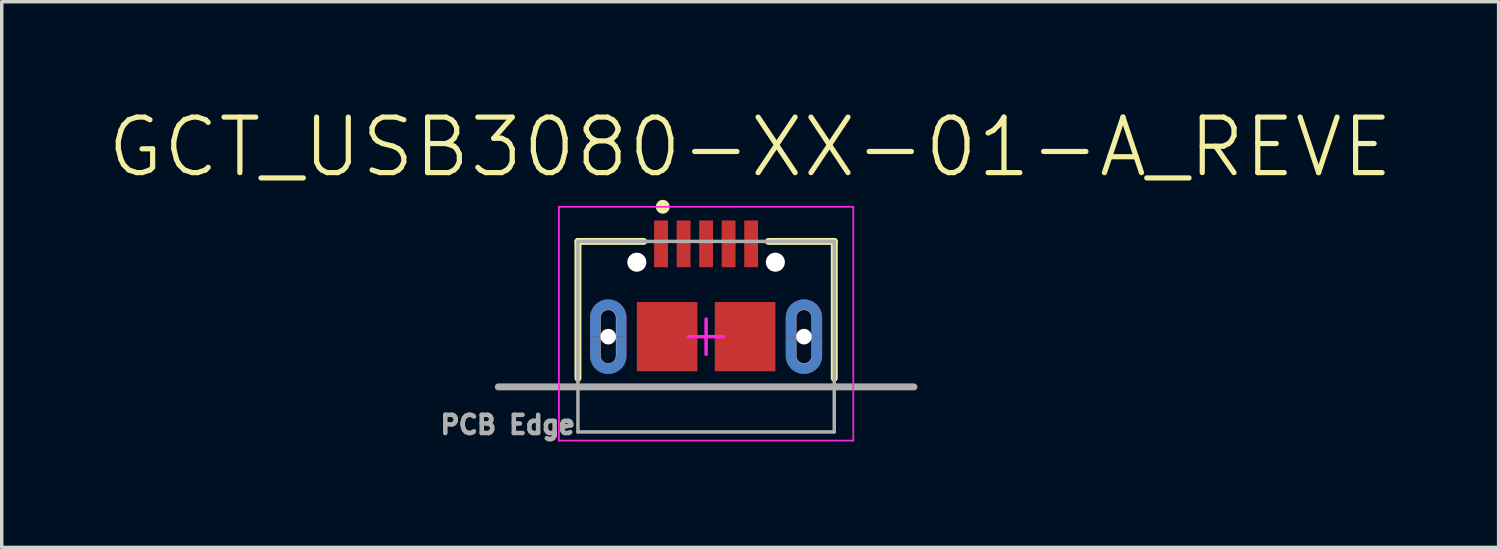
<source format=kicad_pcb>
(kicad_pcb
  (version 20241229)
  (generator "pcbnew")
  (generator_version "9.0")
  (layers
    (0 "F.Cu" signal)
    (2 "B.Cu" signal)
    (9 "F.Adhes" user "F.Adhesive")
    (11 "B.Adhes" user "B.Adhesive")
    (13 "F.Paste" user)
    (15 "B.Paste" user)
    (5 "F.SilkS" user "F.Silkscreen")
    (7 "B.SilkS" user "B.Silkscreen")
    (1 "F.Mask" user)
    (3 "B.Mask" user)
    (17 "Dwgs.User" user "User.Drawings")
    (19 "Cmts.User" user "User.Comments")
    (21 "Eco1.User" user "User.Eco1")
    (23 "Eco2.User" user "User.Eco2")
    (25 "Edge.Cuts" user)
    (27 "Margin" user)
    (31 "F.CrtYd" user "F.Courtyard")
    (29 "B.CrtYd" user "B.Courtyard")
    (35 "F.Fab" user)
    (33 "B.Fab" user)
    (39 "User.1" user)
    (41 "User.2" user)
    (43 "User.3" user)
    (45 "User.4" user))
  (footprint "GCT_USB3080-XX-01-A_REVE"
    (layer "F.Cu")
    (at 17.336 6.67)
    (property "Reference" "GCT_USB3080-XX-01-A_REVE" (at 1.272 -5.47 0) (layer "F.SilkS") (effects (font (size 1.603 1.603) (thickness 0.15))))
    (attr smd)
    (fp_poly (pts (xy -2.6 0) (xy -2.6 0.55) (xy -2.6 0.562) (xy -2.601 0.574) (xy -2.603 0.585) (xy -2.605 0.597) (xy -2.608 0.608) (xy -2.611 0.62) (xy -2.615 0.631) (xy -2.619 0.642) (xy -2.625 0.652) (xy -2.63 0.663) (xy -2.636 0.673) (xy -2.643 0.682) (xy -2.65 0.692) (xy -2.658 0.701) (xy -2.666 0.709) (xy -2.674 0.717) (xy -2.683 0.725) (xy -2.693 0.732) (xy -2.702 0.739) (xy -2.713 0.745) (xy -2.723 0.75) (xy -2.733 0.756) (xy -2.744 0.76) (xy -2.755 0.764) (xy -2.767 0.767) (xy -2.778 0.77) (xy -2.79 0.772) (xy -2.801 0.774) (xy -2.813 0.775) (xy -2.825 0.775) (xy -2.837 0.775) (xy -2.849 0.774) (xy -2.86 0.772) (xy -2.872 0.77) (xy -2.883 0.767) (xy -2.895 0.764) (xy -2.906 0.76) (xy -2.917 0.756) (xy -2.927 0.75) (xy -2.938 0.745) (xy -2.948 0.739) (xy -2.957 0.732) (xy -2.967 0.725) (xy -2.976 0.717) (xy -2.984 0.709) (xy -2.992 0.701) (xy -3 0.692) (xy -3.007 0.682) (xy -3.014 0.673) (xy -3.02 0.663) (xy -3.025 0.652) (xy -3.031 0.642) (xy -3.035 0.631) (xy -3.039 0.62) (xy -3.042 0.608) (xy -3.045 0.597) (xy -3.047 0.585) (xy -3.049 0.574) (xy -3.05 0.562) (xy -3.05 0.55) (xy -3.05 0) (xy -3.35 0) (xy -3.35 0.55) (xy -3.349 0.577) (xy -3.347 0.605) (xy -3.344 0.632) (xy -3.339 0.659) (xy -3.332 0.686) (xy -3.324 0.712) (xy -3.315 0.738) (xy -3.305 0.764) (xy -3.293 0.788) (xy -3.28 0.813) (xy -3.265 0.836) (xy -3.25 0.859) (xy -3.233 0.88) (xy -3.215 0.901) (xy -3.196 0.921) (xy -3.176 0.94) (xy -3.155 0.958) (xy -3.134 0.975) (xy -3.111 0.99) (xy -3.088 1.005) (xy -3.063 1.018) (xy -3.039 1.03) (xy -3.013 1.04) (xy -2.987 1.049) (xy -2.961 1.057) (xy -2.934 1.064) (xy -2.907 1.069) (xy -2.88 1.072) (xy -2.852 1.074) (xy -2.825 1.075) (xy -2.798 1.074) (xy -2.77 1.072) (xy -2.743 1.069) (xy -2.716 1.064) (xy -2.689 1.057) (xy -2.663 1.049) (xy -2.637 1.04) (xy -2.611 1.03) (xy -2.587 1.018) (xy -2.562 1.005) (xy -2.539 0.99) (xy -2.516 0.975) (xy -2.495 0.958) (xy -2.474 0.94) (xy -2.454 0.921) (xy -2.435 0.901) (xy -2.417 0.88) (xy -2.4 0.859) (xy -2.385 0.836) (xy -2.37 0.812) (xy -2.357 0.788) (xy -2.345 0.764) (xy -2.335 0.738) (xy -2.326 0.712) (xy -2.318 0.686) (xy -2.311 0.659) (xy -2.306 0.632) (xy -2.303 0.605) (xy -2.301 0.577) (xy -2.3 0.55) (xy -2.3 0) (xy -2.6 0)) (stroke (width 0.001) (type solid)) (fill yes) (layer "F.Cu"))
    (fp_poly (pts (xy 3.05 0) (xy 3.05 0.55) (xy 3.05 0.562) (xy 3.049 0.574) (xy 3.047 0.585) (xy 3.045 0.597) (xy 3.042 0.608) (xy 3.039 0.62) (xy 3.035 0.631) (xy 3.031 0.642) (xy 3.025 0.652) (xy 3.02 0.663) (xy 3.014 0.673) (xy 3.007 0.682) (xy 3 0.692) (xy 2.992 0.701) (xy 2.984 0.709) (xy 2.976 0.717) (xy 2.967 0.725) (xy 2.957 0.732) (xy 2.948 0.739) (xy 2.938 0.745) (xy 2.927 0.75) (xy 2.917 0.756) (xy 2.906 0.76) (xy 2.895 0.764) (xy 2.883 0.767) (xy 2.872 0.77) (xy 2.86 0.772) (xy 2.849 0.774) (xy 2.837 0.775) (xy 2.825 0.775) (xy 2.813 0.775) (xy 2.801 0.774) (xy 2.79 0.772) (xy 2.778 0.77) (xy 2.767 0.767) (xy 2.755 0.764) (xy 2.744 0.76) (xy 2.733 0.756) (xy 2.723 0.75) (xy 2.712 0.745) (xy 2.702 0.739) (xy 2.693 0.732) (xy 2.683 0.725) (xy 2.674 0.717) (xy 2.666 0.709) (xy 2.658 0.701) (xy 2.65 0.692) (xy 2.643 0.682) (xy 2.636 0.673) (xy 2.63 0.663) (xy 2.625 0.652) (xy 2.619 0.642) (xy 2.615 0.631) (xy 2.611 0.62) (xy 2.608 0.608) (xy 2.605 0.597) (xy 2.603 0.585) (xy 2.601 0.574) (xy 2.6 0.562) (xy 2.6 0.55) (xy 2.6 0) (xy 2.3 0) (xy 2.3 0.55) (xy 2.301 0.577) (xy 2.303 0.605) (xy 2.306 0.632) (xy 2.311 0.659) (xy 2.318 0.686) (xy 2.326 0.712) (xy 2.335 0.738) (xy 2.345 0.764) (xy 2.357 0.788) (xy 2.37 0.812) (xy 2.385 0.836) (xy 2.4 0.859) (xy 2.417 0.88) (xy 2.435 0.901) (xy 2.454 0.921) (xy 2.474 0.94) (xy 2.495 0.958) (xy 2.516 0.975) (xy 2.539 0.99) (xy 2.563 1.005) (xy 2.587 1.018) (xy 2.611 1.03) (xy 2.637 1.04) (xy 2.663 1.049) (xy 2.689 1.057) (xy 2.716 1.064) (xy 2.743 1.069) (xy 2.77 1.072) (xy 2.798 1.074) (xy 2.825 1.075) (xy 2.852 1.074) (xy 2.88 1.072) (xy 2.907 1.069) (xy 2.934 1.064) (xy 2.961 1.057) (xy 2.987 1.049) (xy 3.013 1.04) (xy 3.039 1.03) (xy 3.063 1.018) (xy 3.088 1.005) (xy 3.111 0.99) (xy 3.134 0.975) (xy 3.155 0.958) (xy 3.176 0.94) (xy 3.196 0.921) (xy 3.215 0.901) (xy 3.233 0.88) (xy 3.25 0.859) (xy 3.265 0.836) (xy 3.28 0.813) (xy 3.293 0.788) (xy 3.305 0.764) (xy 3.315 0.738) (xy 3.324 0.712) (xy 3.332 0.686) (xy 3.339 0.659) (xy 3.344 0.632) (xy 3.347 0.605) (xy 3.349 0.577) (xy 3.35 0.55) (xy 3.35 0) (xy 3.05 0)) (stroke (width 0.001) (type solid)) (fill yes) (layer "F.Cu"))
    (fp_poly (pts (xy -3.552 -1.3) (xy -2.1 -1.3) (xy -2.1 1.301) (xy -3.552 1.301)) (stroke (width 0.01) (type solid)) (fill yes) (layer "F.Mask"))
    (fp_poly (pts (xy 2.104 -1.3) (xy 3.55 -1.3) (xy 3.55 1.302) (xy 2.104 1.302)) (stroke (width 0.01) (type solid)) (fill yes) (layer "F.Mask"))
    (fp_poly (pts (xy -3.05 0) (xy -3.05 -0.55) (xy -3.05 -0.562) (xy -3.049 -0.574) (xy -3.047 -0.585) (xy -3.045 -0.597) (xy -3.042 -0.608) (xy -3.039 -0.62) (xy -3.035 -0.631) (xy -3.031 -0.642) (xy -3.025 -0.652) (xy -3.02 -0.663) (xy -3.014 -0.673) (xy -3.007 -0.682) (xy -3 -0.692) (xy -2.992 -0.701) (xy -2.984 -0.709) (xy -2.976 -0.717) (xy -2.967 -0.725) (xy -2.957 -0.732) (xy -2.948 -0.739) (xy -2.938 -0.745) (xy -2.927 -0.75) (xy -2.917 -0.756) (xy -2.906 -0.76) (xy -2.895 -0.764) (xy -2.883 -0.767) (xy -2.872 -0.77) (xy -2.86 -0.772) (xy -2.849 -0.774) (xy -2.837 -0.775) (xy -2.825 -0.775) (xy -2.813 -0.775) (xy -2.801 -0.774) (xy -2.79 -0.772) (xy -2.778 -0.77) (xy -2.767 -0.767) (xy -2.755 -0.764) (xy -2.744 -0.76) (xy -2.733 -0.756) (xy -2.723 -0.75) (xy -2.713 -0.745) (xy -2.702 -0.739) (xy -2.693 -0.732) (xy -2.683 -0.725) (xy -2.674 -0.717) (xy -2.666 -0.709) (xy -2.658 -0.701) (xy -2.65 -0.692) (xy -2.643 -0.682) (xy -2.636 -0.673) (xy -2.63 -0.663) (xy -2.625 -0.652) (xy -2.619 -0.642) (xy -2.615 -0.631) (xy -2.611 -0.62) (xy -2.608 -0.608) (xy -2.605 -0.597) (xy -2.603 -0.585) (xy -2.601 -0.574) (xy -2.6 -0.562) (xy -2.6 -0.55) (xy -2.6 0) (xy -2.3 0) (xy -2.3 -0.55) (xy -2.301 -0.577) (xy -2.303 -0.605) (xy -2.306 -0.632) (xy -2.311 -0.659) (xy -2.318 -0.686) (xy -2.326 -0.712) (xy -2.335 -0.738) (xy -2.345 -0.764) (xy -2.357 -0.788) (xy -2.37 -0.812) (xy -2.385 -0.836) (xy -2.4 -0.859) (xy -2.417 -0.88) (xy -2.435 -0.901) (xy -2.454 -0.921) (xy -2.474 -0.94) (xy -2.495 -0.958) (xy -2.516 -0.975) (xy -2.539 -0.99) (xy -2.562 -1.005) (xy -2.587 -1.018) (xy -2.611 -1.03) (xy -2.637 -1.04) (xy -2.663 -1.049) (xy -2.689 -1.057) (xy -2.716 -1.064) (xy -2.743 -1.069) (xy -2.77 -1.072) (xy -2.798 -1.074) (xy -2.825 -1.075) (xy -2.852 -1.074) (xy -2.88 -1.072) (xy -2.907 -1.069) (xy -2.934 -1.064) (xy -2.961 -1.057) (xy -2.987 -1.049) (xy -3.013 -1.04) (xy -3.039 -1.03) (xy -3.063 -1.018) (xy -3.087 -1.005) (xy -3.111 -0.99) (xy -3.134 -0.975) (xy -3.155 -0.958) (xy -3.176 -0.94) (xy -3.196 -0.921) (xy -3.215 -0.901) (xy -3.233 -0.88) (xy -3.25 -0.859) (xy -3.265 -0.836) (xy -3.28 -0.813) (xy -3.293 -0.788) (xy -3.305 -0.764) (xy -3.315 -0.738) (xy -3.324 -0.712) (xy -3.332 -0.686) (xy -3.339 -0.659) (xy -3.344 -0.632) (xy -3.347 -0.605) (xy -3.349 -0.577) (xy -3.35 -0.55) (xy -3.35 0) (xy -3.05 0)) (stroke (width 0.001) (type solid)) (fill yes) (layer "B.Cu"))
    (fp_poly (pts (xy -2.6 0) (xy -2.6 0.55) (xy -2.6 0.562) (xy -2.601 0.574) (xy -2.603 0.585) (xy -2.605 0.597) (xy -2.608 0.608) (xy -2.611 0.62) (xy -2.615 0.631) (xy -2.619 0.642) (xy -2.625 0.652) (xy -2.63 0.663) (xy -2.636 0.673) (xy -2.643 0.682) (xy -2.65 0.692) (xy -2.658 0.701) (xy -2.666 0.709) (xy -2.674 0.717) (xy -2.683 0.725) (xy -2.693 0.732) (xy -2.702 0.739) (xy -2.713 0.745) (xy -2.723 0.75) (xy -2.733 0.756) (xy -2.744 0.76) (xy -2.755 0.764) (xy -2.767 0.767) (xy -2.778 0.77) (xy -2.79 0.772) (xy -2.801 0.774) (xy -2.813 0.775) (xy -2.825 0.775) (xy -2.837 0.775) (xy -2.849 0.774) (xy -2.86 0.772) (xy -2.872 0.77) (xy -2.883 0.767) (xy -2.895 0.764) (xy -2.906 0.76) (xy -2.917 0.756) (xy -2.927 0.75) (xy -2.938 0.745) (xy -2.948 0.739) (xy -2.957 0.732) (xy -2.967 0.725) (xy -2.976 0.717) (xy -2.984 0.709) (xy -2.992 0.701) (xy -3 0.692) (xy -3.007 0.682) (xy -3.014 0.673) (xy -3.02 0.663) (xy -3.025 0.652) (xy -3.031 0.642) (xy -3.035 0.631) (xy -3.039 0.62) (xy -3.042 0.608) (xy -3.045 0.597) (xy -3.047 0.585) (xy -3.049 0.574) (xy -3.05 0.562) (xy -3.05 0.55) (xy -3.05 0) (xy -3.35 0) (xy -3.35 0.55) (xy -3.349 0.577) (xy -3.347 0.605) (xy -3.344 0.632) (xy -3.339 0.659) (xy -3.332 0.686) (xy -3.324 0.712) (xy -3.315 0.738) (xy -3.305 0.764) (xy -3.293 0.788) (xy -3.28 0.813) (xy -3.265 0.836) (xy -3.25 0.859) (xy -3.233 0.88) (xy -3.215 0.901) (xy -3.196 0.921) (xy -3.176 0.94) (xy -3.155 0.958) (xy -3.134 0.975) (xy -3.111 0.99) (xy -3.088 1.005) (xy -3.063 1.018) (xy -3.039 1.03) (xy -3.013 1.04) (xy -2.987 1.049) (xy -2.961 1.057) (xy -2.934 1.064) (xy -2.907 1.069) (xy -2.88 1.072) (xy -2.852 1.074) (xy -2.825 1.075) (xy -2.798 1.074) (xy -2.77 1.072) (xy -2.743 1.069) (xy -2.716 1.064) (xy -2.689 1.057) (xy -2.663 1.049) (xy -2.637 1.04) (xy -2.611 1.03) (xy -2.587 1.018) (xy -2.562 1.005) (xy -2.539 0.99) (xy -2.516 0.975) (xy -2.495 0.958) (xy -2.474 0.94) (xy -2.454 0.921) (xy -2.435 0.901) (xy -2.417 0.88) (xy -2.4 0.859) (xy -2.385 0.836) (xy -2.37 0.812) (xy -2.357 0.788) (xy -2.345 0.764) (xy -2.335 0.738) (xy -2.326 0.712) (xy -2.318 0.686) (xy -2.311 0.659) (xy -2.306 0.632) (xy -2.303 0.605) (xy -2.301 0.577) (xy -2.3 0.55) (xy -2.3 0) (xy -2.6 0)) (stroke (width 0.001) (type solid)) (fill yes) (layer "B.Cu"))
    (fp_poly (pts (xy 2.6 0) (xy 2.6 -0.55) (xy 2.6 -0.562) (xy 2.601 -0.574) (xy 2.603 -0.585) (xy 2.605 -0.597) (xy 2.608 -0.608) (xy 2.611 -0.62) (xy 2.615 -0.631) (xy 2.619 -0.642) (xy 2.625 -0.652) (xy 2.63 -0.663) (xy 2.636 -0.673) (xy 2.643 -0.682) (xy 2.65 -0.692) (xy 2.658 -0.701) (xy 2.666 -0.709) (xy 2.674 -0.717) (xy 2.683 -0.725) (xy 2.693 -0.732) (xy 2.702 -0.739) (xy 2.713 -0.745) (xy 2.723 -0.75) (xy 2.733 -0.756) (xy 2.744 -0.76) (xy 2.755 -0.764) (xy 2.767 -0.767) (xy 2.778 -0.77) (xy 2.79 -0.772) (xy 2.801 -0.774) (xy 2.813 -0.775) (xy 2.825 -0.775) (xy 2.837 -0.775) (xy 2.849 -0.774) (xy 2.86 -0.772) (xy 2.872 -0.77) (xy 2.883 -0.767) (xy 2.895 -0.764) (xy 2.906 -0.76) (xy 2.917 -0.756) (xy 2.927 -0.75) (xy 2.938 -0.745) (xy 2.948 -0.739) (xy 2.957 -0.732) (xy 2.967 -0.725) (xy 2.976 -0.717) (xy 2.984 -0.709) (xy 2.992 -0.701) (xy 3 -0.692) (xy 3.007 -0.682) (xy 3.014 -0.673) (xy 3.02 -0.663) (xy 3.025 -0.652) (xy 3.031 -0.642) (xy 3.035 -0.631) (xy 3.039 -0.62) (xy 3.042 -0.608) (xy 3.045 -0.597) (xy 3.047 -0.585) (xy 3.049 -0.574) (xy 3.05 -0.562) (xy 3.05 -0.55) (xy 3.05 0) (xy 3.35 0) (xy 3.35 -0.55) (xy 3.349 -0.577) (xy 3.347 -0.605) (xy 3.344 -0.632) (xy 3.339 -0.659) (xy 3.332 -0.686) (xy 3.324 -0.712) (xy 3.315 -0.738) (xy 3.305 -0.764) (xy 3.293 -0.788) (xy 3.28 -0.813) (xy 3.265 -0.836) (xy 3.25 -0.859) (xy 3.233 -0.88) (xy 3.215 -0.901) (xy 3.196 -0.921) (xy 3.176 -0.94) (xy 3.155 -0.958) (xy 3.134 -0.975) (xy 3.111 -0.99) (xy 3.088 -1.005) (xy 3.063 -1.018) (xy 3.039 -1.03) (xy 3.013 -1.04) (xy 2.987 -1.049) (xy 2.961 -1.057) (xy 2.934 -1.064) (xy 2.907 -1.069) (xy 2.88 -1.072) (xy 2.852 -1.074) (xy 2.825 -1.075) (xy 2.798 -1.074) (xy 2.77 -1.072) (xy 2.743 -1.069) (xy 2.716 -1.064) (xy 2.689 -1.057) (xy 2.663 -1.049) (xy 2.637 -1.04) (xy 2.611 -1.03) (xy 2.587 -1.018) (xy 2.563 -1.005) (xy 2.539 -0.99) (xy 2.516 -0.975) (xy 2.495 -0.958) (xy 2.474 -0.94) (xy 2.454 -0.921) (xy 2.435 -0.901) (xy 2.417 -0.88) (xy 2.4 -0.859) (xy 2.385 -0.836) (xy 2.37 -0.812) (xy 2.357 -0.788) (xy 2.345 -0.764) (xy 2.335 -0.738) (xy 2.326 -0.712) (xy 2.318 -0.686) (xy 2.311 -0.659) (xy 2.306 -0.632) (xy 2.303 -0.605) (xy 2.301 -0.577) (xy 2.3 -0.55) (xy 2.3 0) (xy 2.6 0)) (stroke (width 0.001) (type solid)) (fill yes) (layer "B.Cu"))
    (fp_poly (pts (xy 3.05 0) (xy 3.05 0.55) (xy 3.05 0.562) (xy 3.049 0.574) (xy 3.047 0.585) (xy 3.045 0.597) (xy 3.042 0.608) (xy 3.039 0.62) (xy 3.035 0.631) (xy 3.031 0.642) (xy 3.025 0.652) (xy 3.02 0.663) (xy 3.014 0.673) (xy 3.007 0.682) (xy 3 0.692) (xy 2.992 0.701) (xy 2.984 0.709) (xy 2.976 0.717) (xy 2.967 0.725) (xy 2.957 0.732) (xy 2.948 0.739) (xy 2.938 0.745) (xy 2.927 0.75) (xy 2.917 0.756) (xy 2.906 0.76) (xy 2.895 0.764) (xy 2.883 0.767) (xy 2.872 0.77) (xy 2.86 0.772) (xy 2.849 0.774) (xy 2.837 0.775) (xy 2.825 0.775) (xy 2.813 0.775) (xy 2.801 0.774) (xy 2.79 0.772) (xy 2.778 0.77) (xy 2.767 0.767) (xy 2.755 0.764) (xy 2.744 0.76) (xy 2.733 0.756) (xy 2.723 0.75) (xy 2.712 0.745) (xy 2.702 0.739) (xy 2.693 0.732) (xy 2.683 0.725) (xy 2.674 0.717) (xy 2.666 0.709) (xy 2.658 0.701) (xy 2.65 0.692) (xy 2.643 0.682) (xy 2.636 0.673) (xy 2.63 0.663) (xy 2.625 0.652) (xy 2.619 0.642) (xy 2.615 0.631) (xy 2.611 0.62) (xy 2.608 0.608) (xy 2.605 0.597) (xy 2.603 0.585) (xy 2.601 0.574) (xy 2.6 0.562) (xy 2.6 0.55) (xy 2.6 0) (xy 2.3 0) (xy 2.3 0.55) (xy 2.301 0.577) (xy 2.303 0.605) (xy 2.306 0.632) (xy 2.311 0.659) (xy 2.318 0.686) (xy 2.326 0.712) (xy 2.335 0.738) (xy 2.345 0.764) (xy 2.357 0.788) (xy 2.37 0.812) (xy 2.385 0.836) (xy 2.4 0.859) (xy 2.417 0.88) (xy 2.435 0.901) (xy 2.454 0.921) (xy 2.474 0.94) (xy 2.495 0.958) (xy 2.516 0.975) (xy 2.539 0.99) (xy 2.563 1.005) (xy 2.587 1.018) (xy 2.611 1.03) (xy 2.637 1.04) (xy 2.663 1.049) (xy 2.689 1.057) (xy 2.716 1.064) (xy 2.743 1.069) (xy 2.77 1.072) (xy 2.798 1.074) (xy 2.825 1.075) (xy 2.852 1.074) (xy 2.88 1.072) (xy 2.907 1.069) (xy 2.934 1.064) (xy 2.961 1.057) (xy 2.987 1.049) (xy 3.013 1.04) (xy 3.039 1.03) (xy 3.063 1.018) (xy 3.088 1.005) (xy 3.111 0.99) (xy 3.134 0.975) (xy 3.155 0.958) (xy 3.176 0.94) (xy 3.196 0.921) (xy 3.215 0.901) (xy 3.233 0.88) (xy 3.25 0.859) (xy 3.265 0.836) (xy 3.28 0.813) (xy 3.293 0.788) (xy 3.305 0.764) (xy 3.315 0.738) (xy 3.324 0.712) (xy 3.332 0.686) (xy 3.339 0.659) (xy 3.344 0.632) (xy 3.347 0.605) (xy 3.349 0.577) (xy 3.35 0.55) (xy 3.35 0) (xy 3.05 0)) (stroke (width 0.001) (type solid)) (fill yes) (layer "B.Cu"))
    (fp_poly (pts (xy -3.557 -1.3) (xy -2.1 -1.3) (xy -2.1 1.303) (xy -3.557 1.303)) (stroke (width 0.01) (type solid)) (fill yes) (layer "B.Mask"))
    (fp_poly (pts (xy 2.1 -1.3) (xy 3.55 -1.3) (xy 3.55 1.3) (xy 2.1 1.3)) (stroke (width 0.01) (type solid)) (fill yes) (layer "B.Mask"))
    (fp_line (start -3.7 -2.75) (end -1.8 -2.75) (stroke (width 0.2) (type solid)) (layer "F.SilkS"))
    (fp_line (start -3.7 1.2) (end -3.7 -2.75) (stroke (width 0.2) (type solid)) (layer "F.SilkS"))
    (fp_line (start 1.8 -2.75) (end 3.7 -2.75) (stroke (width 0.2) (type solid)) (layer "F.SilkS"))
    (fp_line (start 3.7 1.2) (end 3.7 -2.75) (stroke (width 0.2) (type solid)) (layer "F.SilkS"))
    (fp_circle (center -1.25 -3.75) (end -1.148 -3.75) (stroke (width 0.2) (type solid)) (fill no) (layer "F.SilkS"))
    (fp_poly (pts (xy -3.05 0) (xy -3.05 -0.55) (xy -3.05 -0.562) (xy -3.049 -0.574) (xy -3.047 -0.585) (xy -3.045 -0.597) (xy -3.042 -0.608) (xy -3.039 -0.62) (xy -3.035 -0.631) (xy -3.031 -0.642) (xy -3.025 -0.652) (xy -3.02 -0.663) (xy -3.014 -0.673) (xy -3.007 -0.682) (xy -3 -0.692) (xy -2.992 -0.701) (xy -2.984 -0.709) (xy -2.976 -0.717) (xy -2.967 -0.725) (xy -2.957 -0.732) (xy -2.948 -0.739) (xy -2.938 -0.745) (xy -2.927 -0.75) (xy -2.917 -0.756) (xy -2.906 -0.76) (xy -2.895 -0.764) (xy -2.883 -0.767) (xy -2.872 -0.77) (xy -2.86 -0.772) (xy -2.849 -0.774) (xy -2.837 -0.775) (xy -2.825 -0.775) (xy -2.813 -0.775) (xy -2.801 -0.774) (xy -2.79 -0.772) (xy -2.778 -0.77) (xy -2.767 -0.767) (xy -2.755 -0.764) (xy -2.744 -0.76) (xy -2.733 -0.756) (xy -2.723 -0.75) (xy -2.713 -0.745) (xy -2.702 -0.739) (xy -2.693 -0.732) (xy -2.683 -0.725) (xy -2.674 -0.717) (xy -2.666 -0.709) (xy -2.658 -0.701) (xy -2.65 -0.692) (xy -2.643 -0.682) (xy -2.636 -0.673) (xy -2.63 -0.663) (xy -2.625 -0.652) (xy -2.619 -0.642) (xy -2.615 -0.631) (xy -2.611 -0.62) (xy -2.608 -0.608) (xy -2.605 -0.597) (xy -2.603 -0.585) (xy -2.601 -0.574) (xy -2.6 -0.562) (xy -2.6 -0.55) (xy -2.6 0) (xy -2.3 0) (xy -2.3 -0.55) (xy -2.301 -0.577) (xy -2.303 -0.605) (xy -2.306 -0.632) (xy -2.311 -0.659) (xy -2.318 -0.686) (xy -2.326 -0.712) (xy -2.335 -0.738) (xy -2.345 -0.764) (xy -2.357 -0.788) (xy -2.37 -0.812) (xy -2.385 -0.836) (xy -2.4 -0.859) (xy -2.417 -0.88) (xy -2.435 -0.901) (xy -2.454 -0.921) (xy -2.474 -0.94) (xy -2.495 -0.958) (xy -2.516 -0.975) (xy -2.539 -0.99) (xy -2.562 -1.005) (xy -2.587 -1.018) (xy -2.611 -1.03) (xy -2.637 -1.04) (xy -2.663 -1.049) (xy -2.689 -1.057) (xy -2.716 -1.064) (xy -2.743 -1.069) (xy -2.77 -1.072) (xy -2.798 -1.074) (xy -2.825 -1.075) (xy -2.852 -1.074) (xy -2.88 -1.072) (xy -2.907 -1.069) (xy -2.934 -1.064) (xy -2.961 -1.057) (xy -2.987 -1.049) (xy -3.013 -1.04) (xy -3.039 -1.03) (xy -3.063 -1.018) (xy -3.087 -1.005) (xy -3.111 -0.99) (xy -3.134 -0.975) (xy -3.155 -0.958) (xy -3.176 -0.94) (xy -3.196 -0.921) (xy -3.215 -0.901) (xy -3.233 -0.88) (xy -3.25 -0.859) (xy -3.265 -0.836) (xy -3.28 -0.813) (xy -3.293 -0.788) (xy -3.305 -0.764) (xy -3.315 -0.738) (xy -3.324 -0.712) (xy -3.332 -0.686) (xy -3.339 -0.659) (xy -3.344 -0.632) (xy -3.347 -0.605) (xy -3.349 -0.577) (xy -3.35 -0.55) (xy -3.35 0) (xy -3.05 0)) (stroke (width 0.001) (type solid)) (fill yes) (layer "F.Paste"))
    (fp_poly (pts (xy -2.6 0) (xy -2.6 0.55) (xy -2.6 0.562) (xy -2.601 0.574) (xy -2.603 0.585) (xy -2.605 0.597) (xy -2.608 0.608) (xy -2.611 0.62) (xy -2.615 0.631) (xy -2.619 0.642) (xy -2.625 0.652) (xy -2.63 0.663) (xy -2.636 0.673) (xy -2.643 0.682) (xy -2.65 0.692) (xy -2.658 0.701) (xy -2.666 0.709) (xy -2.674 0.717) (xy -2.683 0.725) (xy -2.693 0.732) (xy -2.702 0.739) (xy -2.713 0.745) (xy -2.723 0.75) (xy -2.733 0.756) (xy -2.744 0.76) (xy -2.755 0.764) (xy -2.767 0.767) (xy -2.778 0.77) (xy -2.79 0.772) (xy -2.801 0.774) (xy -2.813 0.775) (xy -2.825 0.775) (xy -2.837 0.775) (xy -2.849 0.774) (xy -2.86 0.772) (xy -2.872 0.77) (xy -2.883 0.767) (xy -2.895 0.764) (xy -2.906 0.76) (xy -2.917 0.756) (xy -2.927 0.75) (xy -2.938 0.745) (xy -2.948 0.739) (xy -2.957 0.732) (xy -2.967 0.725) (xy -2.976 0.717) (xy -2.984 0.709) (xy -2.992 0.701) (xy -3 0.692) (xy -3.007 0.682) (xy -3.014 0.673) (xy -3.02 0.663) (xy -3.025 0.652) (xy -3.031 0.642) (xy -3.035 0.631) (xy -3.039 0.62) (xy -3.042 0.608) (xy -3.045 0.597) (xy -3.047 0.585) (xy -3.049 0.574) (xy -3.05 0.562) (xy -3.05 0.55) (xy -3.05 0) (xy -3.35 0) (xy -3.35 0.55) (xy -3.349 0.577) (xy -3.347 0.605) (xy -3.344 0.632) (xy -3.339 0.659) (xy -3.332 0.686) (xy -3.324 0.712) (xy -3.315 0.738) (xy -3.305 0.764) (xy -3.293 0.788) (xy -3.28 0.813) (xy -3.265 0.836) (xy -3.25 0.859) (xy -3.233 0.88) (xy -3.215 0.901) (xy -3.196 0.921) (xy -3.176 0.94) (xy -3.155 0.958) (xy -3.134 0.975) (xy -3.111 0.99) (xy -3.088 1.005) (xy -3.063 1.018) (xy -3.039 1.03) (xy -3.013 1.04) (xy -2.987 1.049) (xy -2.961 1.057) (xy -2.934 1.064) (xy -2.907 1.069) (xy -2.88 1.072) (xy -2.852 1.074) (xy -2.825 1.075) (xy -2.798 1.074) (xy -2.77 1.072) (xy -2.743 1.069) (xy -2.716 1.064) (xy -2.689 1.057) (xy -2.663 1.049) (xy -2.637 1.04) (xy -2.611 1.03) (xy -2.587 1.018) (xy -2.562 1.005) (xy -2.539 0.99) (xy -2.516 0.975) (xy -2.495 0.958) (xy -2.474 0.94) (xy -2.454 0.921) (xy -2.435 0.901) (xy -2.417 0.88) (xy -2.4 0.859) (xy -2.385 0.836) (xy -2.37 0.812) (xy -2.357 0.788) (xy -2.345 0.764) (xy -2.335 0.738) (xy -2.326 0.712) (xy -2.318 0.686) (xy -2.311 0.659) (xy -2.306 0.632) (xy -2.303 0.605) (xy -2.301 0.577) (xy -2.3 0.55) (xy -2.3 0) (xy -2.6 0)) (stroke (width 0.001) (type solid)) (fill yes) (layer "F.Paste"))
    (fp_poly (pts (xy 2.6 0) (xy 2.6 -0.55) (xy 2.6 -0.562) (xy 2.601 -0.574) (xy 2.603 -0.585) (xy 2.605 -0.597) (xy 2.608 -0.608) (xy 2.611 -0.62) (xy 2.615 -0.631) (xy 2.619 -0.642) (xy 2.625 -0.652) (xy 2.63 -0.663) (xy 2.636 -0.673) (xy 2.643 -0.682) (xy 2.65 -0.692) (xy 2.658 -0.701) (xy 2.666 -0.709) (xy 2.674 -0.717) (xy 2.683 -0.725) (xy 2.693 -0.732) (xy 2.702 -0.739) (xy 2.713 -0.745) (xy 2.723 -0.75) (xy 2.733 -0.756) (xy 2.744 -0.76) (xy 2.755 -0.764) (xy 2.767 -0.767) (xy 2.778 -0.77) (xy 2.79 -0.772) (xy 2.801 -0.774) (xy 2.813 -0.775) (xy 2.825 -0.775) (xy 2.837 -0.775) (xy 2.849 -0.774) (xy 2.86 -0.772) (xy 2.872 -0.77) (xy 2.883 -0.767) (xy 2.895 -0.764) (xy 2.906 -0.76) (xy 2.917 -0.756) (xy 2.927 -0.75) (xy 2.938 -0.745) (xy 2.948 -0.739) (xy 2.957 -0.732) (xy 2.967 -0.725) (xy 2.976 -0.717) (xy 2.984 -0.709) (xy 2.992 -0.701) (xy 3 -0.692) (xy 3.007 -0.682) (xy 3.014 -0.673) (xy 3.02 -0.663) (xy 3.025 -0.652) (xy 3.031 -0.642) (xy 3.035 -0.631) (xy 3.039 -0.62) (xy 3.042 -0.608) (xy 3.045 -0.597) (xy 3.047 -0.585) (xy 3.049 -0.574) (xy 3.05 -0.562) (xy 3.05 -0.55) (xy 3.05 0) (xy 3.35 0) (xy 3.35 -0.55) (xy 3.349 -0.577) (xy 3.347 -0.605) (xy 3.344 -0.632) (xy 3.339 -0.659) (xy 3.332 -0.686) (xy 3.324 -0.712) (xy 3.315 -0.738) (xy 3.305 -0.764) (xy 3.293 -0.788) (xy 3.28 -0.813) (xy 3.265 -0.836) (xy 3.25 -0.859) (xy 3.233 -0.88) (xy 3.215 -0.901) (xy 3.196 -0.921) (xy 3.176 -0.94) (xy 3.155 -0.958) (xy 3.134 -0.975) (xy 3.111 -0.99) (xy 3.088 -1.005) (xy 3.063 -1.018) (xy 3.039 -1.03) (xy 3.013 -1.04) (xy 2.987 -1.049) (xy 2.961 -1.057) (xy 2.934 -1.064) (xy 2.907 -1.069) (xy 2.88 -1.072) (xy 2.852 -1.074) (xy 2.825 -1.075) (xy 2.798 -1.074) (xy 2.77 -1.072) (xy 2.743 -1.069) (xy 2.716 -1.064) (xy 2.689 -1.057) (xy 2.663 -1.049) (xy 2.637 -1.04) (xy 2.611 -1.03) (xy 2.587 -1.018) (xy 2.563 -1.005) (xy 2.539 -0.99) (xy 2.516 -0.975) (xy 2.495 -0.958) (xy 2.474 -0.94) (xy 2.454 -0.921) (xy 2.435 -0.901) (xy 2.417 -0.88) (xy 2.4 -0.859) (xy 2.385 -0.836) (xy 2.37 -0.812) (xy 2.357 -0.788) (xy 2.345 -0.764) (xy 2.335 -0.738) (xy 2.326 -0.712) (xy 2.318 -0.686) (xy 2.311 -0.659) (xy 2.306 -0.632) (xy 2.303 -0.605) (xy 2.301 -0.577) (xy 2.3 -0.55) (xy 2.3 0) (xy 2.6 0)) (stroke (width 0.001) (type solid)) (fill yes) (layer "F.Paste"))
    (fp_poly (pts (xy 3.05 0) (xy 3.05 0.55) (xy 3.05 0.562) (xy 3.049 0.574) (xy 3.047 0.585) (xy 3.045 0.597) (xy 3.042 0.608) (xy 3.039 0.62) (xy 3.035 0.631) (xy 3.031 0.642) (xy 3.025 0.652) (xy 3.02 0.663) (xy 3.014 0.673) (xy 3.007 0.682) (xy 3 0.692) (xy 2.992 0.701) (xy 2.984 0.709) (xy 2.976 0.717) (xy 2.967 0.725) (xy 2.957 0.732) (xy 2.948 0.739) (xy 2.938 0.745) (xy 2.927 0.75) (xy 2.917 0.756) (xy 2.906 0.76) (xy 2.895 0.764) (xy 2.883 0.767) (xy 2.872 0.77) (xy 2.86 0.772) (xy 2.849 0.774) (xy 2.837 0.775) (xy 2.825 0.775) (xy 2.813 0.775) (xy 2.801 0.774) (xy 2.79 0.772) (xy 2.778 0.77) (xy 2.767 0.767) (xy 2.755 0.764) (xy 2.744 0.76) (xy 2.733 0.756) (xy 2.723 0.75) (xy 2.712 0.745) (xy 2.702 0.739) (xy 2.693 0.732) (xy 2.683 0.725) (xy 2.674 0.717) (xy 2.666 0.709) (xy 2.658 0.701) (xy 2.65 0.692) (xy 2.643 0.682) (xy 2.636 0.673) (xy 2.63 0.663) (xy 2.625 0.652) (xy 2.619 0.642) (xy 2.615 0.631) (xy 2.611 0.62) (xy 2.608 0.608) (xy 2.605 0.597) (xy 2.603 0.585) (xy 2.601 0.574) (xy 2.6 0.562) (xy 2.6 0.55) (xy 2.6 0) (xy 2.3 0) (xy 2.3 0.55) (xy 2.301 0.577) (xy 2.303 0.605) (xy 2.306 0.632) (xy 2.311 0.659) (xy 2.318 0.686) (xy 2.326 0.712) (xy 2.335 0.738) (xy 2.345 0.764) (xy 2.357 0.788) (xy 2.37 0.812) (xy 2.385 0.836) (xy 2.4 0.859) (xy 2.417 0.88) (xy 2.435 0.901) (xy 2.454 0.921) (xy 2.474 0.94) (xy 2.495 0.958) (xy 2.516 0.975) (xy 2.539 0.99) (xy 2.563 1.005) (xy 2.587 1.018) (xy 2.611 1.03) (xy 2.637 1.04) (xy 2.663 1.049) (xy 2.689 1.057) (xy 2.716 1.064) (xy 2.743 1.069) (xy 2.77 1.072) (xy 2.798 1.074) (xy 2.825 1.075) (xy 2.852 1.074) (xy 2.88 1.072) (xy 2.907 1.069) (xy 2.934 1.064) (xy 2.961 1.057) (xy 2.987 1.049) (xy 3.013 1.04) (xy 3.039 1.03) (xy 3.063 1.018) (xy 3.088 1.005) (xy 3.111 0.99) (xy 3.134 0.975) (xy 3.155 0.958) (xy 3.176 0.94) (xy 3.196 0.921) (xy 3.215 0.901) (xy 3.233 0.88) (xy 3.25 0.859) (xy 3.265 0.836) (xy 3.28 0.813) (xy 3.293 0.788) (xy 3.305 0.764) (xy 3.315 0.738) (xy 3.324 0.712) (xy 3.332 0.686) (xy 3.339 0.659) (xy 3.344 0.632) (xy 3.347 0.605) (xy 3.349 0.577) (xy 3.35 0.55) (xy 3.35 0) (xy 3.05 0)) (stroke (width 0.001) (type solid)) (fill yes) (layer "F.Paste"))
    (fp_poly (pts (xy -3.05 0) (xy -3.05 -0.55) (xy -3.05 -0.562) (xy -3.049 -0.574) (xy -3.047 -0.585) (xy -3.045 -0.597) (xy -3.042 -0.608) (xy -3.039 -0.62) (xy -3.035 -0.631) (xy -3.031 -0.642) (xy -3.025 -0.652) (xy -3.02 -0.663) (xy -3.014 -0.673) (xy -3.007 -0.682) (xy -3 -0.692) (xy -2.992 -0.701) (xy -2.984 -0.709) (xy -2.976 -0.717) (xy -2.967 -0.725) (xy -2.957 -0.732) (xy -2.948 -0.739) (xy -2.938 -0.745) (xy -2.927 -0.75) (xy -2.917 -0.756) (xy -2.906 -0.76) (xy -2.895 -0.764) (xy -2.883 -0.767) (xy -2.872 -0.77) (xy -2.86 -0.772) (xy -2.849 -0.774) (xy -2.837 -0.775) (xy -2.825 -0.775) (xy -2.813 -0.775) (xy -2.801 -0.774) (xy -2.79 -0.772) (xy -2.778 -0.77) (xy -2.767 -0.767) (xy -2.755 -0.764) (xy -2.744 -0.76) (xy -2.733 -0.756) (xy -2.723 -0.75) (xy -2.713 -0.745) (xy -2.702 -0.739) (xy -2.693 -0.732) (xy -2.683 -0.725) (xy -2.674 -0.717) (xy -2.666 -0.709) (xy -2.658 -0.701) (xy -2.65 -0.692) (xy -2.643 -0.682) (xy -2.636 -0.673) (xy -2.63 -0.663) (xy -2.625 -0.652) (xy -2.619 -0.642) (xy -2.615 -0.631) (xy -2.611 -0.62) (xy -2.608 -0.608) (xy -2.605 -0.597) (xy -2.603 -0.585) (xy -2.601 -0.574) (xy -2.6 -0.562) (xy -2.6 -0.55) (xy -2.6 0) (xy -2.3 0) (xy -2.3 -0.55) (xy -2.301 -0.577) (xy -2.303 -0.605) (xy -2.306 -0.632) (xy -2.311 -0.659) (xy -2.318 -0.686) (xy -2.326 -0.712) (xy -2.335 -0.738) (xy -2.345 -0.764) (xy -2.357 -0.788) (xy -2.37 -0.812) (xy -2.385 -0.836) (xy -2.4 -0.859) (xy -2.417 -0.88) (xy -2.435 -0.901) (xy -2.454 -0.921) (xy -2.474 -0.94) (xy -2.495 -0.958) (xy -2.516 -0.975) (xy -2.539 -0.99) (xy -2.562 -1.005) (xy -2.587 -1.018) (xy -2.611 -1.03) (xy -2.637 -1.04) (xy -2.663 -1.049) (xy -2.689 -1.057) (xy -2.716 -1.064) (xy -2.743 -1.069) (xy -2.77 -1.072) (xy -2.798 -1.074) (xy -2.825 -1.075) (xy -2.852 -1.074) (xy -2.88 -1.072) (xy -2.907 -1.069) (xy -2.934 -1.064) (xy -2.961 -1.057) (xy -2.987 -1.049) (xy -3.013 -1.04) (xy -3.039 -1.03) (xy -3.063 -1.018) (xy -3.087 -1.005) (xy -3.111 -0.99) (xy -3.134 -0.975) (xy -3.155 -0.958) (xy -3.176 -0.94) (xy -3.196 -0.921) (xy -3.215 -0.901) (xy -3.233 -0.88) (xy -3.25 -0.859) (xy -3.265 -0.836) (xy -3.28 -0.813) (xy -3.293 -0.788) (xy -3.305 -0.764) (xy -3.315 -0.738) (xy -3.324 -0.712) (xy -3.332 -0.686) (xy -3.339 -0.659) (xy -3.344 -0.632) (xy -3.347 -0.605) (xy -3.349 -0.577) (xy -3.35 -0.55) (xy -3.35 0) (xy -3.05 0)) (stroke (width 0.001) (type solid)) (fill yes) (layer "B.Paste"))
    (fp_poly (pts (xy -2.6 0) (xy -2.6 0.55) (xy -2.6 0.562) (xy -2.601 0.574) (xy -2.603 0.585) (xy -2.605 0.597) (xy -2.608 0.608) (xy -2.611 0.62) (xy -2.615 0.631) (xy -2.619 0.642) (xy -2.625 0.652) (xy -2.63 0.663) (xy -2.636 0.673) (xy -2.643 0.682) (xy -2.65 0.692) (xy -2.658 0.701) (xy -2.666 0.709) (xy -2.674 0.717) (xy -2.683 0.725) (xy -2.693 0.732) (xy -2.702 0.739) (xy -2.713 0.745) (xy -2.723 0.75) (xy -2.733 0.756) (xy -2.744 0.76) (xy -2.755 0.764) (xy -2.767 0.767) (xy -2.778 0.77) (xy -2.79 0.772) (xy -2.801 0.774) (xy -2.813 0.775) (xy -2.825 0.775) (xy -2.837 0.775) (xy -2.849 0.774) (xy -2.86 0.772) (xy -2.872 0.77) (xy -2.883 0.767) (xy -2.895 0.764) (xy -2.906 0.76) (xy -2.917 0.756) (xy -2.927 0.75) (xy -2.938 0.745) (xy -2.948 0.739) (xy -2.957 0.732) (xy -2.967 0.725) (xy -2.976 0.717) (xy -2.984 0.709) (xy -2.992 0.701) (xy -3 0.692) (xy -3.007 0.682) (xy -3.014 0.673) (xy -3.02 0.663) (xy -3.025 0.652) (xy -3.031 0.642) (xy -3.035 0.631) (xy -3.039 0.62) (xy -3.042 0.608) (xy -3.045 0.597) (xy -3.047 0.585) (xy -3.049 0.574) (xy -3.05 0.562) (xy -3.05 0.55) (xy -3.05 0) (xy -3.35 0) (xy -3.35 0.55) (xy -3.349 0.577) (xy -3.347 0.605) (xy -3.344 0.632) (xy -3.339 0.659) (xy -3.332 0.686) (xy -3.324 0.712) (xy -3.315 0.738) (xy -3.305 0.764) (xy -3.293 0.788) (xy -3.28 0.813) (xy -3.265 0.836) (xy -3.25 0.859) (xy -3.233 0.88) (xy -3.215 0.901) (xy -3.196 0.921) (xy -3.176 0.94) (xy -3.155 0.958) (xy -3.134 0.975) (xy -3.111 0.99) (xy -3.088 1.005) (xy -3.063 1.018) (xy -3.039 1.03) (xy -3.013 1.04) (xy -2.987 1.049) (xy -2.961 1.057) (xy -2.934 1.064) (xy -2.907 1.069) (xy -2.88 1.072) (xy -2.852 1.074) (xy -2.825 1.075) (xy -2.798 1.074) (xy -2.77 1.072) (xy -2.743 1.069) (xy -2.716 1.064) (xy -2.689 1.057) (xy -2.663 1.049) (xy -2.637 1.04) (xy -2.611 1.03) (xy -2.587 1.018) (xy -2.562 1.005) (xy -2.539 0.99) (xy -2.516 0.975) (xy -2.495 0.958) (xy -2.474 0.94) (xy -2.454 0.921) (xy -2.435 0.901) (xy -2.417 0.88) (xy -2.4 0.859) (xy -2.385 0.836) (xy -2.37 0.812) (xy -2.357 0.788) (xy -2.345 0.764) (xy -2.335 0.738) (xy -2.326 0.712) (xy -2.318 0.686) (xy -2.311 0.659) (xy -2.306 0.632) (xy -2.303 0.605) (xy -2.301 0.577) (xy -2.3 0.55) (xy -2.3 0) (xy -2.6 0)) (stroke (width 0.001) (type solid)) (fill yes) (layer "B.Paste"))
    (fp_poly (pts (xy 2.6 0) (xy 2.6 -0.55) (xy 2.6 -0.562) (xy 2.601 -0.574) (xy 2.603 -0.585) (xy 2.605 -0.597) (xy 2.608 -0.608) (xy 2.611 -0.62) (xy 2.615 -0.631) (xy 2.619 -0.642) (xy 2.625 -0.652) (xy 2.63 -0.663) (xy 2.636 -0.673) (xy 2.643 -0.682) (xy 2.65 -0.692) (xy 2.658 -0.701) (xy 2.666 -0.709) (xy 2.674 -0.717) (xy 2.683 -0.725) (xy 2.693 -0.732) (xy 2.702 -0.739) (xy 2.713 -0.745) (xy 2.723 -0.75) (xy 2.733 -0.756) (xy 2.744 -0.76) (xy 2.755 -0.764) (xy 2.767 -0.767) (xy 2.778 -0.77) (xy 2.79 -0.772) (xy 2.801 -0.774) (xy 2.813 -0.775) (xy 2.825 -0.775) (xy 2.837 -0.775) (xy 2.849 -0.774) (xy 2.86 -0.772) (xy 2.872 -0.77) (xy 2.883 -0.767) (xy 2.895 -0.764) (xy 2.906 -0.76) (xy 2.917 -0.756) (xy 2.927 -0.75) (xy 2.938 -0.745) (xy 2.948 -0.739) (xy 2.957 -0.732) (xy 2.967 -0.725) (xy 2.976 -0.717) (xy 2.984 -0.709) (xy 2.992 -0.701) (xy 3 -0.692) (xy 3.007 -0.682) (xy 3.014 -0.673) (xy 3.02 -0.663) (xy 3.025 -0.652) (xy 3.031 -0.642) (xy 3.035 -0.631) (xy 3.039 -0.62) (xy 3.042 -0.608) (xy 3.045 -0.597) (xy 3.047 -0.585) (xy 3.049 -0.574) (xy 3.05 -0.562) (xy 3.05 -0.55) (xy 3.05 0) (xy 3.35 0) (xy 3.35 -0.55) (xy 3.349 -0.577) (xy 3.347 -0.605) (xy 3.344 -0.632) (xy 3.339 -0.659) (xy 3.332 -0.686) (xy 3.324 -0.712) (xy 3.315 -0.738) (xy 3.305 -0.764) (xy 3.293 -0.788) (xy 3.28 -0.813) (xy 3.265 -0.836) (xy 3.25 -0.859) (xy 3.233 -0.88) (xy 3.215 -0.901) (xy 3.196 -0.921) (xy 3.176 -0.94) (xy 3.155 -0.958) (xy 3.134 -0.975) (xy 3.111 -0.99) (xy 3.088 -1.005) (xy 3.063 -1.018) (xy 3.039 -1.03) (xy 3.013 -1.04) (xy 2.987 -1.049) (xy 2.961 -1.057) (xy 2.934 -1.064) (xy 2.907 -1.069) (xy 2.88 -1.072) (xy 2.852 -1.074) (xy 2.825 -1.075) (xy 2.798 -1.074) (xy 2.77 -1.072) (xy 2.743 -1.069) (xy 2.716 -1.064) (xy 2.689 -1.057) (xy 2.663 -1.049) (xy 2.637 -1.04) (xy 2.611 -1.03) (xy 2.587 -1.018) (xy 2.563 -1.005) (xy 2.539 -0.99) (xy 2.516 -0.975) (xy 2.495 -0.958) (xy 2.474 -0.94) (xy 2.454 -0.921) (xy 2.435 -0.901) (xy 2.417 -0.88) (xy 2.4 -0.859) (xy 2.385 -0.836) (xy 2.37 -0.812) (xy 2.357 -0.788) (xy 2.345 -0.764) (xy 2.335 -0.738) (xy 2.326 -0.712) (xy 2.318 -0.686) (xy 2.311 -0.659) (xy 2.306 -0.632) (xy 2.303 -0.605) (xy 2.301 -0.577) (xy 2.3 -0.55) (xy 2.3 0) (xy 2.6 0)) (stroke (width 0.001) (type solid)) (fill yes) (layer "B.Paste"))
    (fp_poly (pts (xy 3.05 0) (xy 3.05 0.55) (xy 3.05 0.562) (xy 3.049 0.574) (xy 3.047 0.585) (xy 3.045 0.597) (xy 3.042 0.608) (xy 3.039 0.62) (xy 3.035 0.631) (xy 3.031 0.642) (xy 3.025 0.652) (xy 3.02 0.663) (xy 3.014 0.673) (xy 3.007 0.682) (xy 3 0.692) (xy 2.992 0.701) (xy 2.984 0.709) (xy 2.976 0.717) (xy 2.967 0.725) (xy 2.957 0.732) (xy 2.948 0.739) (xy 2.938 0.745) (xy 2.927 0.75) (xy 2.917 0.756) (xy 2.906 0.76) (xy 2.895 0.764) (xy 2.883 0.767) (xy 2.872 0.77) (xy 2.86 0.772) (xy 2.849 0.774) (xy 2.837 0.775) (xy 2.825 0.775) (xy 2.813 0.775) (xy 2.801 0.774) (xy 2.79 0.772) (xy 2.778 0.77) (xy 2.767 0.767) (xy 2.755 0.764) (xy 2.744 0.76) (xy 2.733 0.756) (xy 2.723 0.75) (xy 2.712 0.745) (xy 2.702 0.739) (xy 2.693 0.732) (xy 2.683 0.725) (xy 2.674 0.717) (xy 2.666 0.709) (xy 2.658 0.701) (xy 2.65 0.692) (xy 2.643 0.682) (xy 2.636 0.673) (xy 2.63 0.663) (xy 2.625 0.652) (xy 2.619 0.642) (xy 2.615 0.631) (xy 2.611 0.62) (xy 2.608 0.608) (xy 2.605 0.597) (xy 2.603 0.585) (xy 2.601 0.574) (xy 2.6 0.562) (xy 2.6 0.55) (xy 2.6 0) (xy 2.3 0) (xy 2.3 0.55) (xy 2.301 0.577) (xy 2.303 0.605) (xy 2.306 0.632) (xy 2.311 0.659) (xy 2.318 0.686) (xy 2.326 0.712) (xy 2.335 0.738) (xy 2.345 0.764) (xy 2.357 0.788) (xy 2.37 0.812) (xy 2.385 0.836) (xy 2.4 0.859) (xy 2.417 0.88) (xy 2.435 0.901) (xy 2.454 0.921) (xy 2.474 0.94) (xy 2.495 0.958) (xy 2.516 0.975) (xy 2.539 0.99) (xy 2.563 1.005) (xy 2.587 1.018) (xy 2.611 1.03) (xy 2.637 1.04) (xy 2.663 1.049) (xy 2.689 1.057) (xy 2.716 1.064) (xy 2.743 1.069) (xy 2.77 1.072) (xy 2.798 1.074) (xy 2.825 1.075) (xy 2.852 1.074) (xy 2.88 1.072) (xy 2.907 1.069) (xy 2.934 1.064) (xy 2.961 1.057) (xy 2.987 1.049) (xy 3.013 1.04) (xy 3.039 1.03) (xy 3.063 1.018) (xy 3.088 1.005) (xy 3.111 0.99) (xy 3.134 0.975) (xy 3.155 0.958) (xy 3.176 0.94) (xy 3.196 0.921) (xy 3.215 0.901) (xy 3.233 0.88) (xy 3.25 0.859) (xy 3.265 0.836) (xy 3.28 0.813) (xy 3.293 0.788) (xy 3.305 0.764) (xy 3.315 0.738) (xy 3.324 0.712) (xy 3.332 0.686) (xy 3.339 0.659) (xy 3.344 0.632) (xy 3.347 0.605) (xy 3.349 0.577) (xy 3.35 0.55) (xy 3.35 0) (xy 3.05 0)) (stroke (width 0.001) (type solid)) (fill yes) (layer "B.Paste"))
    (fp_line (start -3.05 0.55) (end -3.05 -0.55) (stroke (width 0.01) (type solid)) (layer "Edge.Cuts"))
    (fp_line (start -2.6 -0.55) (end -2.6 0.55) (stroke (width 0.01) (type solid)) (layer "Edge.Cuts"))
    (fp_line (start 2.6 0.55) (end 2.6 -0.55) (stroke (width 0.01) (type solid)) (layer "Edge.Cuts"))
    (fp_line (start 3.05 -0.55) (end 3.05 0.55) (stroke (width 0.01) (type solid)) (layer "Edge.Cuts"))
    (fp_arc (start -3.05 -0.55) (mid -2.984099 -0.709099) (end -2.825 -0.775) (stroke (width 0.01) (type solid)) (layer "Edge.Cuts"))
    (fp_arc (start -2.825 -0.775) (mid -2.665901 -0.709099) (end -2.6 -0.55) (stroke (width 0.01) (type solid)) (layer "Edge.Cuts"))
    (fp_arc (start -2.825 0.775) (mid -2.984099 0.709099) (end -3.05 0.55) (stroke (width 0.01) (type solid)) (layer "Edge.Cuts"))
    (fp_arc (start -2.6 0.55) (mid -2.665901 0.709099) (end -2.825 0.775) (stroke (width 0.01) (type solid)) (layer "Edge.Cuts"))
    (fp_arc (start 2.6 -0.55) (mid 2.665901 -0.709099) (end 2.825 -0.775) (stroke (width 0.01) (type solid)) (layer "Edge.Cuts"))
    (fp_arc (start 2.825 -0.775) (mid 2.984099 -0.709099) (end 3.05 -0.55) (stroke (width 0.01) (type solid)) (layer "Edge.Cuts"))
    (fp_arc (start 2.825 0.775) (mid 2.665901 0.709099) (end 2.6 0.55) (stroke (width 0.01) (type solid)) (layer "Edge.Cuts"))
    (fp_arc (start 3.05 0.55) (mid 2.984099 0.709099) (end 2.825 0.775) (stroke (width 0.01) (type solid)) (layer "Edge.Cuts"))
    (fp_line (start -4.25 -3.75) (end 4.25 -3.75) (stroke (width 0.05) (type solid)) (layer "F.CrtYd"))
    (fp_line (start -4.25 3) (end -4.25 -3.75) (stroke (width 0.05) (type solid)) (layer "F.CrtYd"))
    (fp_line (start -4.25 3) (end 4.25 3) (stroke (width 0.05) (type solid)) (layer "F.CrtYd"))
    (fp_line (start -0.508 0) (end 0.508 0) (stroke (width 0.1) (type solid)) (layer "F.CrtYd"))
    (fp_line (start 0 0.508) (end 0 -0.508) (stroke (width 0.1) (type solid)) (layer "F.CrtYd"))
    (fp_line (start 4.25 3) (end 4.25 -3.75) (stroke (width 0.05) (type solid)) (layer "F.CrtYd"))
    (fp_line (start -6 1.45) (end 6 1.45) (stroke (width 0.2) (type solid)) (layer "F.Fab"))
    (fp_line (start -3.7 -2.75) (end 3.7 -2.75) (stroke (width 0.1) (type solid)) (layer "F.Fab"))
    (fp_line (start -3.7 2.75) (end -3.7 -2.75) (stroke (width 0.1) (type solid)) (layer "F.Fab"))
    (fp_line (start -3.7 2.75) (end 3.7 2.75) (stroke (width 0.1) (type solid)) (layer "F.Fab"))
    (fp_line (start 3.7 2.75) (end 3.7 -2.75) (stroke (width 0.1) (type solid)) (layer "F.Fab"))
    (fp_text user "PCB Edge" (at -5.726 2.545 0) (layer "F.Fab") (effects (font (size 0.526 0.526) (thickness 0.15))))
    (pad "" np_thru_hole circle (at -2.825 0) (size 0.45 0.45) (drill 0.45) (layers "*.Cu" "*.Mask"))
    (pad "" np_thru_hole circle (at -2 -2.15) (size 0.55 0.55) (drill 0.55) (layers "*.Cu" "*.Mask"))
    (pad "" np_thru_hole circle (at 2 -2.15) (size 0.55 0.55) (drill 0.55) (layers "*.Cu" "*.Mask"))
    (pad "" np_thru_hole circle (at 2.825 0) (size 0.45 0.45) (drill 0.45) (layers "*.Cu" "*.Mask"))
    (pad "1" smd rect (at -1.3 -2.68) (size 0.4 1.35) (layers "F.Cu" "F.Mask" "F.Paste"))
    (pad "2" smd rect (at -0.65 -2.68) (size 0.4 1.35) (layers "F.Cu" "F.Mask" "F.Paste"))
    (pad "3" smd rect (at 0 -2.68) (size 0.4 1.35) (layers "F.Cu" "F.Mask" "F.Paste"))
    (pad "4" smd rect (at 0.65 -2.68) (size 0.4 1.35) (layers "F.Cu" "F.Mask" "F.Paste"))
    (pad "5" smd rect (at 1.3 -2.68) (size 0.4 1.35) (layers "F.Cu" "F.Mask" "F.Paste"))
    (pad "6" smd custom (at -3 -0.85) (size 0.1 0.1) (layers "F.Cu") (options (anchor rect)) (primitives (gr_poly (pts (xy -0.05 0.85) (xy -0.05 0.3) (xy -0.05 0.288) (xy -0.049 0.276) (xy -0.047 0.265) (xy -0.045 0.253) (xy -0.042 0.242) (xy -0.039 0.23) (xy -0.035 0.219) (xy -0.031 0.208) (xy -0.025 0.198) (xy -0.02 0.187) (xy -0.014 0.177) (xy -0.007 0.168) (xy 0 0.158) (xy 0.008 0.149) (xy 0.016 0.141) (xy 0.024 0.133) (xy 0.033 0.125) (xy 0.043 0.118) (xy 0.052 0.111) (xy 0.062 0.105) (xy 0.073 0.1) (xy 0.083 0.094) (xy 0.094 0.09) (xy 0.105 0.086) (xy 0.117 0.083) (xy 0.128 0.08) (xy 0.14 0.078) (xy 0.151 0.076) (xy 0.163 0.075) (xy 0.175 0.075) (xy 0.187 0.075) (xy 0.199 0.076) (xy 0.21 0.078) (xy 0.222 0.08) (xy 0.233 0.083) (xy 0.245 0.086) (xy 0.256 0.09) (xy 0.267 0.094) (xy 0.277 0.1) (xy 0.287 0.105) (xy 0.298 0.111) (xy 0.307 0.118) (xy 0.317 0.125) (xy 0.326 0.133) (xy 0.334 0.141) (xy 0.342 0.149) (xy 0.35 0.158) (xy 0.357 0.168) (xy 0.364 0.177) (xy 0.37 0.187) (xy 0.375 0.198) (xy 0.381 0.208) (xy 0.385 0.219) (xy 0.389 0.23) (xy 0.392 0.242) (xy 0.395 0.253) (xy 0.397 0.265) (xy 0.399 0.276) (xy 0.4 0.288) (xy 0.4 0.3) (xy 0.4 0.85) (xy 0.7 0.85) (xy 0.7 0.3) (xy 0.699 0.273) (xy 0.697 0.245) (xy 0.694 0.218) (xy 0.689 0.191) (xy 0.682 0.164) (xy 0.674 0.138) (xy 0.665 0.112) (xy 0.655 0.086) (xy 0.643 0.062) (xy 0.63 0.038) (xy 0.615 0.014) (xy 0.6 -0.009) (xy 0.583 -0.03) (xy 0.565 -0.051) (xy 0.546 -0.071) (xy 0.526 -0.09) (xy 0.505 -0.108) (xy 0.484 -0.125) (xy 0.461 -0.14) (xy 0.438 -0.155) (xy 0.413 -0.168) (xy 0.389 -0.18) (xy 0.363 -0.19) (xy 0.337 -0.199) (xy 0.311 -0.207) (xy 0.284 -0.214) (xy 0.257 -0.219) (xy 0.23 -0.222) (xy 0.202 -0.224) (xy 0.175 -0.225) (xy 0.148 -0.224) (xy 0.12 -0.222) (xy 0.093 -0.219) (xy 0.066 -0.214) (xy 0.039 -0.207) (xy 0.013 -0.199) (xy -0.013 -0.19) (xy -0.039 -0.18) (xy -0.063 -0.168) (xy -0.087 -0.155) (xy -0.111 -0.14) (xy -0.134 -0.125) (xy -0.155 -0.108) (xy -0.176 -0.09) (xy -0.196 -0.071) (xy -0.215 -0.051) (xy -0.233 -0.03) (xy -0.25 -0.009) (xy -0.265 0.014) (xy -0.28 0.037) (xy -0.293 0.062) (xy -0.305 0.086) (xy -0.315 0.112) (xy -0.324 0.138) (xy -0.332 0.164) (xy -0.339 0.191) (xy -0.344 0.218) (xy -0.347 0.245) (xy -0.349 0.273) (xy -0.35 0.3) (xy -0.35 0.85) (xy -0.05 0.85)) (width 0.001) (fill yes))))
    (pad "7" smd custom (at 3 -0.85) (size 0.1 0.1) (layers "F.Cu") (options (anchor rect)) (primitives (gr_poly (pts (xy -0.4 0.85) (xy -0.4 0.3) (xy -0.4 0.288) (xy -0.399 0.276) (xy -0.397 0.265) (xy -0.395 0.253) (xy -0.392 0.242) (xy -0.389 0.23) (xy -0.385 0.219) (xy -0.381 0.208) (xy -0.375 0.198) (xy -0.37 0.187) (xy -0.364 0.177) (xy -0.357 0.168) (xy -0.35 0.158) (xy -0.342 0.149) (xy -0.334 0.141) (xy -0.326 0.133) (xy -0.317 0.125) (xy -0.307 0.118) (xy -0.298 0.111) (xy -0.287 0.105) (xy -0.277 0.1) (xy -0.267 0.094) (xy -0.256 0.09) (xy -0.245 0.086) (xy -0.233 0.083) (xy -0.222 0.08) (xy -0.21 0.078) (xy -0.199 0.076) (xy -0.187 0.075) (xy -0.175 0.075) (xy -0.163 0.075) (xy -0.151 0.076) (xy -0.14 0.078) (xy -0.128 0.08) (xy -0.117 0.083) (xy -0.105 0.086) (xy -0.094 0.09) (xy -0.083 0.094) (xy -0.073 0.1) (xy -0.062 0.105) (xy -0.052 0.111) (xy -0.043 0.118) (xy -0.033 0.125) (xy -0.024 0.133) (xy -0.016 0.141) (xy -0.008 0.149) (xy 0 0.158) (xy 0.007 0.168) (xy 0.014 0.177) (xy 0.02 0.187) (xy 0.025 0.198) (xy 0.031 0.208) (xy 0.035 0.219) (xy 0.039 0.23) (xy 0.042 0.242) (xy 0.045 0.253) (xy 0.047 0.265) (xy 0.049 0.276) (xy 0.05 0.288) (xy 0.05 0.3) (xy 0.05 0.85) (xy 0.35 0.85) (xy 0.35 0.3) (xy 0.349 0.273) (xy 0.347 0.245) (xy 0.344 0.218) (xy 0.339 0.191) (xy 0.332 0.164) (xy 0.324 0.138) (xy 0.315 0.112) (xy 0.305 0.086) (xy 0.293 0.062) (xy 0.28 0.037) (xy 0.265 0.014) (xy 0.25 -0.009) (xy 0.233 -0.03) (xy 0.215 -0.051) (xy 0.196 -0.071) (xy 0.176 -0.09) (xy 0.155 -0.108) (xy 0.134 -0.125) (xy 0.111 -0.14) (xy 0.088 -0.155) (xy 0.063 -0.168) (xy 0.039 -0.18) (xy 0.013 -0.19) (xy -0.013 -0.199) (xy -0.039 -0.207) (xy -0.066 -0.214) (xy -0.093 -0.219) (xy -0.12 -0.222) (xy -0.148 -0.224) (xy -0.175 -0.225) (xy -0.202 -0.224) (xy -0.23 -0.222) (xy -0.257 -0.219) (xy -0.284 -0.214) (xy -0.311 -0.207) (xy -0.337 -0.199) (xy -0.363 -0.19) (xy -0.389 -0.18) (xy -0.413 -0.168) (xy -0.437 -0.155) (xy -0.461 -0.14) (xy -0.484 -0.125) (xy -0.505 -0.108) (xy -0.526 -0.09) (xy -0.546 -0.071) (xy -0.565 -0.051) (xy -0.583 -0.03) (xy -0.6 -0.009) (xy -0.615 0.014) (xy -0.63 0.038) (xy -0.643 0.062) (xy -0.655 0.086) (xy -0.665 0.112) (xy -0.674 0.138) (xy -0.682 0.164) (xy -0.689 0.191) (xy -0.694 0.218) (xy -0.697 0.245) (xy -0.699 0.273) (xy -0.7 0.3) (xy -0.7 0.85) (xy -0.4 0.85)) (width 0.001) (fill yes))))
    (pad "8" smd rect (at -1.125 0) (size 1.75 2) (layers "F.Cu" "F.Mask" "F.Paste"))
    (pad "9" smd rect (at 1.125 0) (size 1.75 2) (layers "F.Cu" "F.Mask" "F.Paste")))
  (gr_rect
    (start -3 -3)
    (end 40.217 12.754)
    (stroke (width 0.1) (type default))
    (fill no)
    (layer "Edge.Cuts")))
</source>
